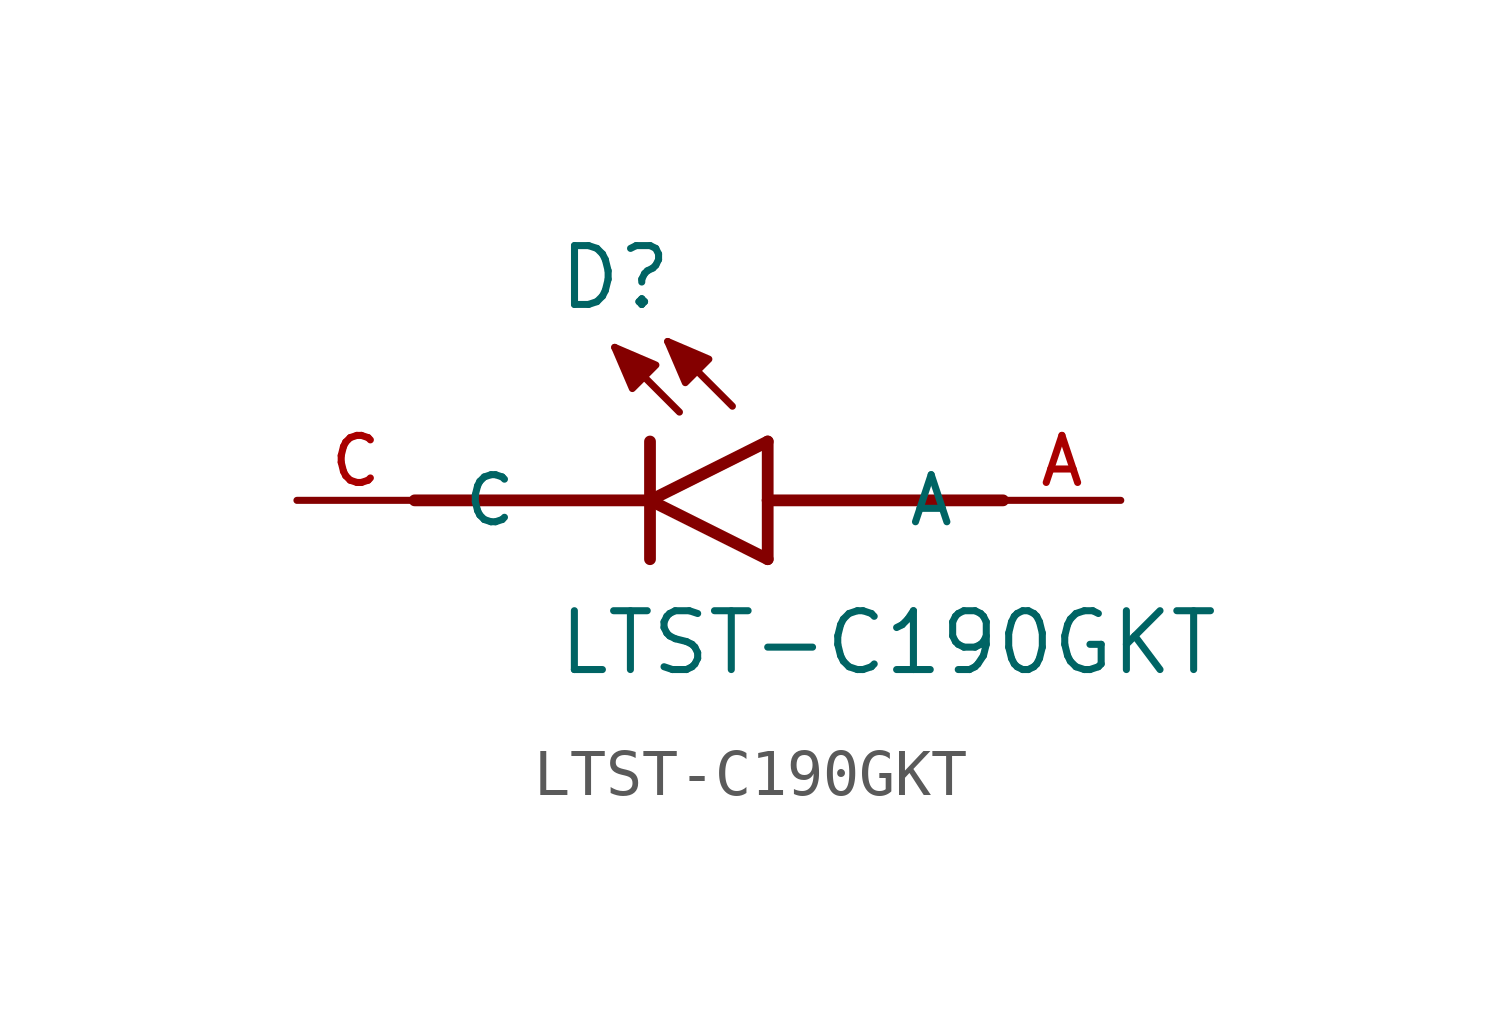
<source format=kicad_sym>
(kicad_symbol_lib
  (version 20211014)
  (generator kicad_symbol_editor)
  (symbol "LTST-C190GKT"
    (pin_names
      (offset 1.016))
    (property "Reference" "D"
      (at -2.032 4.065 0)
      (effects (font (size 1.27 1.27)) (justify bottom left)))
    (property "Value" "LTST-C190GKT"
      (at -2.035 -3.815 0)
      (effects (font (size 1.27 1.27)) (justify bottom left)))
    (symbol "LTST-C190GKT_0_0"
      (polyline (pts (xy 2.54 -1.27) (xy 0.0 0.0)) (stroke (width 0.254)))
      (polyline (pts (xy 0.0 0.0) (xy 2.54 1.27)) (stroke (width 0.254)))
      (polyline (pts (xy 0.0 -1.27) (xy 0.0 0.0)) (stroke (width 0.254)))
      (polyline (pts (xy 0.0 0.0) (xy 0.0 1.27)) (stroke (width 0.254)))
      (polyline (pts (xy 2.54 -1.27) (xy 2.54 0.0)) (stroke (width 0.254)))
      (polyline (pts (xy 2.54 0.0) (xy 2.54 1.27)) (stroke (width 0.254)))
      (polyline (pts (xy 1.778 2.032) (xy 0.381 3.429)) (stroke (width 0.152)))
      (polyline (pts (xy 0.635 1.905) (xy -0.762 3.302)) (stroke (width 0.152)))
      (polyline (pts (xy 0.381 3.429) (xy 1.27 3.048) (xy 0.762 2.54) (xy 0.381 3.429)) (stroke (width 0.152)) (fill (type outline)))
      (polyline (pts (xy -0.762 3.302) (xy 0.127 2.921) (xy -0.381 2.413) (xy -0.762 3.302)) (stroke (width 0.152)) (fill (type outline)))
      (polyline (pts (xy -5.08 0.0) (xy 0.0 0.0)) (stroke (width 0.254)))
      (polyline (pts (xy 2.54 0.0) (xy 7.62 0.0)) (stroke (width 0.254)))
      (pin passive line (at -7.62 0.0 0) (length 2.54) (name "C" (effects (font (size 1.016 1.016)))) (number "C" (effects (font (size 1.016 1.016)))))
      (pin passive line (at 10.16 0.0 180.0) (length 2.54) (name "A" (effects (font (size 1.016 1.016)))) (number "A" (effects (font (size 1.016 1.016))))))))
</source>
